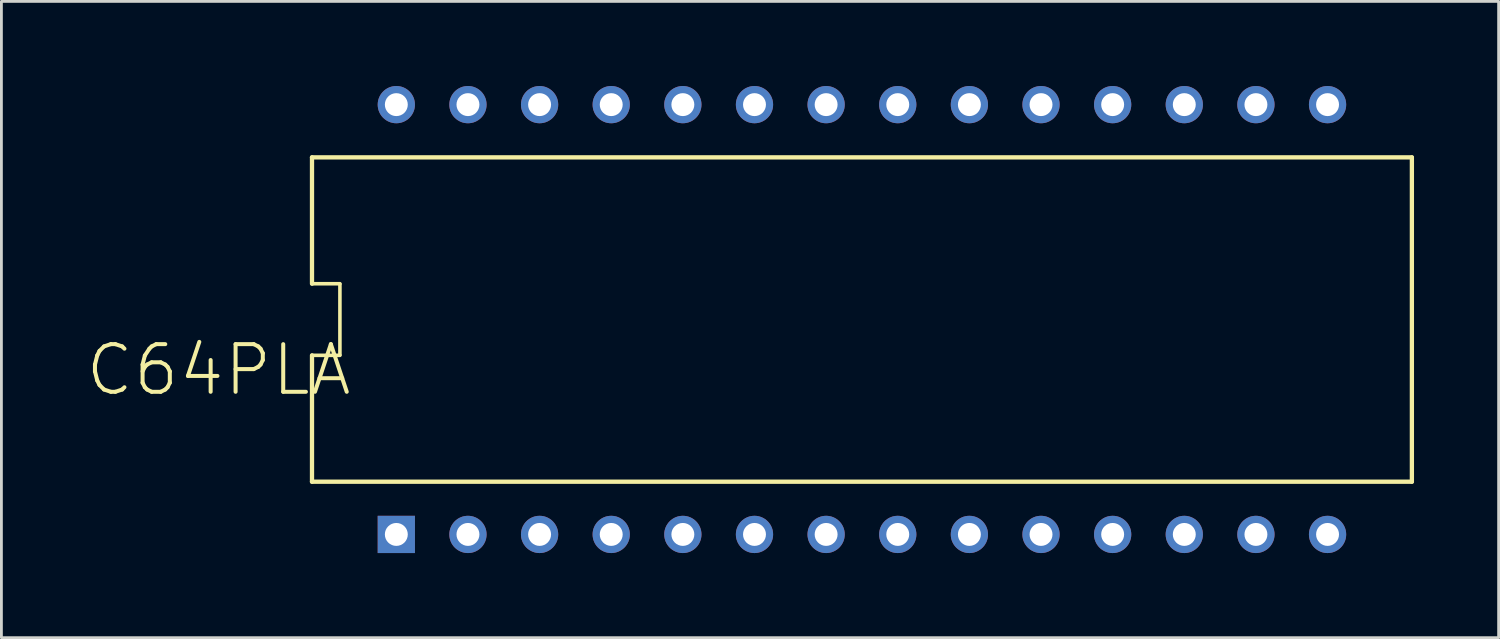
<source format=kicad_pcb>
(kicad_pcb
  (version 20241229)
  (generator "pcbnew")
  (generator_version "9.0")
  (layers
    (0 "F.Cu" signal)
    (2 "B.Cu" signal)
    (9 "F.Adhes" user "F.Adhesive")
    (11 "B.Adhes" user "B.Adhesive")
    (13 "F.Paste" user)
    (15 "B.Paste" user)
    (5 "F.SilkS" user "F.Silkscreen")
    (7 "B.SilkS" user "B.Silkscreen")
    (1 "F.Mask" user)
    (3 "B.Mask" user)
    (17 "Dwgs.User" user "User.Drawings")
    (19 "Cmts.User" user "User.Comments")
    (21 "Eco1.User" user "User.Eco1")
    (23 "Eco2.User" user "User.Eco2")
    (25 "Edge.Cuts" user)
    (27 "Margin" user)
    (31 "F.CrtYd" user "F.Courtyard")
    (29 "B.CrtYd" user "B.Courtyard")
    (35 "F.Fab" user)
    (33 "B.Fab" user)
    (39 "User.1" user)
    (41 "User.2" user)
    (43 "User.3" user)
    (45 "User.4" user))
  (footprint "C64PLA"
    (layer "F.Cu")
    (at 27.513 8.28)
    (property "Reference" "C64PLA" (at -18.014 0.8 0) (layer "F.SilkS") (effects (font (size 1.689 1.689) (thickness 0.142)) (justify right top)))
    (attr through_hole)
    (fp_line (start -19.5 -5.75) (end -19.5 -1.27) (stroke (width 0.152) (type solid)) (layer "F.SilkS"))
    (fp_line (start -19.5 -1.27) (end -18.51 -1.27) (stroke (width 0.127) (type solid)) (layer "F.SilkS"))
    (fp_line (start -19.5 1.27) (end -18.51 1.27) (stroke (width 0.127) (type solid)) (layer "F.SilkS"))
    (fp_line (start -19.5 5.75) (end -19.5 1.27) (stroke (width 0.152) (type solid)) (layer "F.SilkS"))
    (fp_line (start -19.5 5.75) (end 19.5 5.75) (stroke (width 0.152) (type solid)) (layer "F.SilkS"))
    (fp_line (start -18.51 1.25) (end -18.51 -1.25) (stroke (width 0.127) (type solid)) (layer "F.SilkS"))
    (fp_line (start 19.5 -5.75) (end -19.5 -5.75) (stroke (width 0.152) (type solid)) (layer "F.SilkS"))
    (fp_line (start 19.5 -5.75) (end 19.5 5.75) (stroke (width 0.152) (type solid)) (layer "F.SilkS"))
    (pad "1" thru_hole rect (at -16.51 7.62 90) (size 1.321 1.321) (drill 0.813) (layers "*.Cu" "*.Mask"))
    (pad "2" thru_hole circle (at -13.97 7.62 90) (size 1.321 1.321) (drill 0.813) (layers "*.Cu" "*.Mask"))
    (pad "3" thru_hole circle (at -11.43 7.62 90) (size 1.321 1.321) (drill 0.813) (layers "*.Cu" "*.Mask"))
    (pad "4" thru_hole circle (at -8.89 7.62 90) (size 1.321 1.321) (drill 0.813) (layers "*.Cu" "*.Mask"))
    (pad "5" thru_hole circle (at -6.35 7.62 90) (size 1.321 1.321) (drill 0.813) (layers "*.Cu" "*.Mask"))
    (pad "6" thru_hole circle (at -3.81 7.62 90) (size 1.321 1.321) (drill 0.813) (layers "*.Cu" "*.Mask"))
    (pad "7" thru_hole circle (at -1.27 7.62 90) (size 1.321 1.321) (drill 0.813) (layers "*.Cu" "*.Mask"))
    (pad "8" thru_hole circle (at 1.27 7.62 90) (size 1.321 1.321) (drill 0.813) (layers "*.Cu" "*.Mask"))
    (pad "9" thru_hole circle (at 3.81 7.62 90) (size 1.321 1.321) (drill 0.813) (layers "*.Cu" "*.Mask"))
    (pad "10" thru_hole circle (at 6.35 7.62 90) (size 1.321 1.321) (drill 0.813) (layers "*.Cu" "*.Mask"))
    (pad "11" thru_hole circle (at 8.89 7.62 90) (size 1.321 1.321) (drill 0.813) (layers "*.Cu" "*.Mask"))
    (pad "12" thru_hole circle (at 11.43 7.62 90) (size 1.321 1.321) (drill 0.813) (layers "*.Cu" "*.Mask"))
    (pad "13" thru_hole circle (at 13.97 7.62 90) (size 1.321 1.321) (drill 0.813) (layers "*.Cu" "*.Mask"))
    (pad "14" thru_hole circle (at 16.51 7.62 90) (size 1.321 1.321) (drill 0.813) (layers "*.Cu" "*.Mask"))
    (pad "15" thru_hole circle (at 16.51 -7.62 90) (size 1.321 1.321) (drill 0.813) (layers "*.Cu" "*.Mask"))
    (pad "16" thru_hole circle (at 13.97 -7.62 90) (size 1.321 1.321) (drill 0.813) (layers "*.Cu" "*.Mask"))
    (pad "17" thru_hole circle (at 11.43 -7.62 90) (size 1.321 1.321) (drill 0.813) (layers "*.Cu" "*.Mask"))
    (pad "18" thru_hole circle (at 8.89 -7.62 90) (size 1.321 1.321) (drill 0.813) (layers "*.Cu" "*.Mask"))
    (pad "19" thru_hole circle (at 6.35 -7.62 90) (size 1.321 1.321) (drill 0.813) (layers "*.Cu" "*.Mask"))
    (pad "20" thru_hole circle (at 3.81 -7.62 90) (size 1.321 1.321) (drill 0.813) (layers "*.Cu" "*.Mask"))
    (pad "21" thru_hole circle (at 1.27 -7.62 90) (size 1.321 1.321) (drill 0.813) (layers "*.Cu" "*.Mask"))
    (pad "22" thru_hole circle (at -1.27 -7.62 90) (size 1.321 1.321) (drill 0.813) (layers "*.Cu" "*.Mask"))
    (pad "23" thru_hole circle (at -3.81 -7.62 90) (size 1.321 1.321) (drill 0.813) (layers "*.Cu" "*.Mask"))
    (pad "24" thru_hole circle (at -6.35 -7.62 90) (size 1.321 1.321) (drill 0.813) (layers "*.Cu" "*.Mask"))
    (pad "25" thru_hole circle (at -8.89 -7.62 90) (size 1.321 1.321) (drill 0.813) (layers "*.Cu" "*.Mask"))
    (pad "26" thru_hole circle (at -11.43 -7.62 90) (size 1.321 1.321) (drill 0.813) (layers "*.Cu" "*.Mask"))
    (pad "27" thru_hole circle (at -13.97 -7.62 90) (size 1.321 1.321) (drill 0.813) (layers "*.Cu" "*.Mask"))
    (pad "28" thru_hole circle (at -16.51 -7.62 90) (size 1.321 1.321) (drill 0.813) (layers "*.Cu" "*.Mask")))
  (gr_rect
    (start -3 -3)
    (end 50.089 19.561)
    (stroke (width 0.1) (type default))
    (fill no)
    (layer "Edge.Cuts")))
</source>
